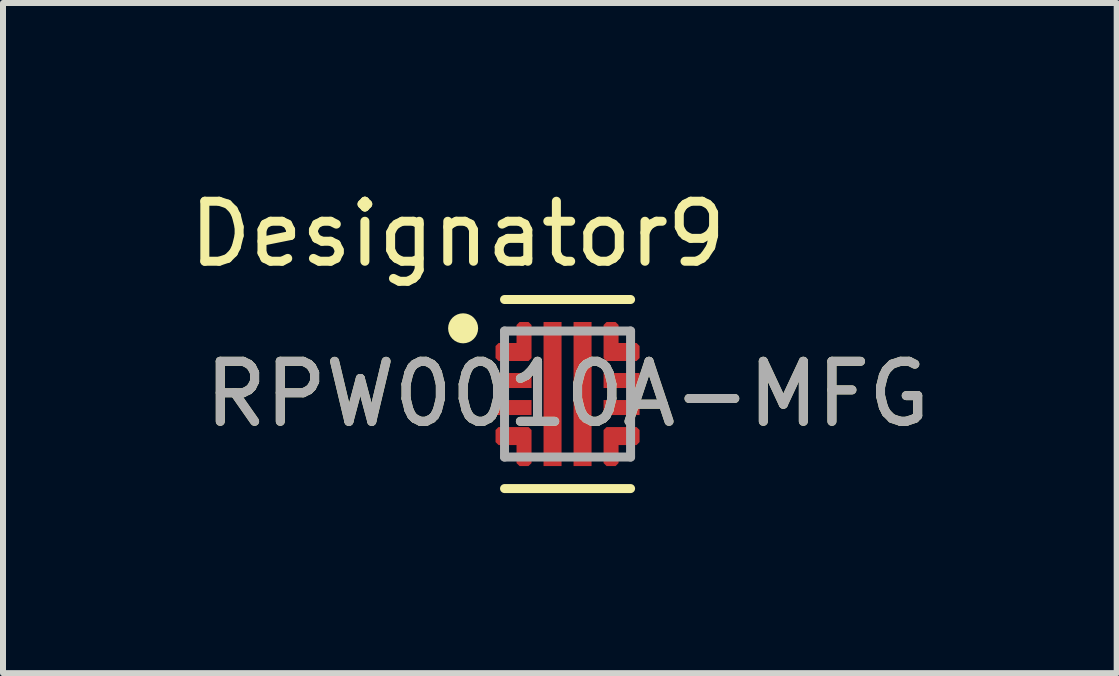
<source format=kicad_pcb>
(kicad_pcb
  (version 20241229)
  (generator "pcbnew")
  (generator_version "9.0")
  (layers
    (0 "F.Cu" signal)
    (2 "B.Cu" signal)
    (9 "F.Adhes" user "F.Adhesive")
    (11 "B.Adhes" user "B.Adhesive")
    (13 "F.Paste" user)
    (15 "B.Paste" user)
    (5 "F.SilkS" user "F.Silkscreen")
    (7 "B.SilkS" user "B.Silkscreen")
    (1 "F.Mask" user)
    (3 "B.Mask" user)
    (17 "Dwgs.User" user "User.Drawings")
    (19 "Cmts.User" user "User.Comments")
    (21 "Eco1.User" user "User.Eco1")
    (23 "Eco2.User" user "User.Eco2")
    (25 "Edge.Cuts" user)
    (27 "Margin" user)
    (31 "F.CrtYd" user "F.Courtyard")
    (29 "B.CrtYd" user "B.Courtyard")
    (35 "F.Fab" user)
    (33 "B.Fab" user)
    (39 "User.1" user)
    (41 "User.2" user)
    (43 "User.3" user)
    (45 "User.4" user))
  (footprint "RPW0010A-MFG"
    (layer "F.Cu")
    (at 6.406 3.515)
    (property "Reference" "RPW0010A-MFG" (at 0 0 0) (unlocked yes) (layer "F.SilkS") (effects (font (size 1 1) (thickness 0.15))))
    (attr smd)
    (fp_poly (pts (xy -0.85 -0.85) (xy -0.85 -1.15) (xy -0.8 -1.2) (xy -0.65 -1.2) (xy -0.6 -1.15) (xy -0.6 -0.6) (xy -0.65 -0.55) (xy -1.15 -0.55) (xy -1.2 -0.6) (xy -1.2 -0.8) (xy -1.15 -0.85)) (stroke (width 0) (type solid)) (fill yes) (layer "F.Cu"))
    (fp_poly (pts (xy -0.85 0.85) (xy -0.85 1.15) (xy -0.8 1.2) (xy -0.65 1.2) (xy -0.6 1.15) (xy -0.6 0.6) (xy -0.65 0.55) (xy -1.15 0.55) (xy -1.2 0.6) (xy -1.2 0.8) (xy -1.15 0.85)) (stroke (width 0) (type solid)) (fill yes) (layer "F.Cu"))
    (fp_poly (pts (xy 0.85 -0.85) (xy 0.85 -1.15) (xy 0.8 -1.2) (xy 0.65 -1.2) (xy 0.6 -1.15) (xy 0.6 -0.6) (xy 0.65 -0.55) (xy 1.15 -0.55) (xy 1.2 -0.6) (xy 1.2 -0.8) (xy 1.15 -0.85)) (stroke (width 0) (type solid)) (fill yes) (layer "F.Cu"))
    (fp_poly (pts (xy 0.85 0.85) (xy 0.85 1.15) (xy 0.8 1.2) (xy 0.65 1.2) (xy 0.6 1.15) (xy 0.6 0.6) (xy 0.65 0.55) (xy 1.15 0.55) (xy 1.2 0.6) (xy 1.2 0.8) (xy 1.15 0.85)) (stroke (width 0) (type solid)) (fill yes) (layer "F.Cu"))
    (fp_poly (pts (xy -0.85 -0.85) (xy -0.85 -1.15) (xy -0.8 -1.2) (xy -0.65 -1.2) (xy -0.6 -1.15) (xy -0.6 -0.6) (xy -0.65 -0.55) (xy -1.15 -0.55) (xy -1.2 -0.6) (xy -1.2 -0.8) (xy -1.15 -0.85)) (stroke (width 0) (type solid)) (fill yes) (layer "F.Mask"))
    (fp_poly (pts (xy -0.85 0.85) (xy -1.15 0.85) (xy -1.2 0.8) (xy -1.2 0.6) (xy -1.15 0.55) (xy -0.65 0.55) (xy -0.6 0.6) (xy -0.6 1.15) (xy -0.65 1.2) (xy -0.8 1.2) (xy -0.85 1.15)) (stroke (width 0) (type solid)) (fill yes) (layer "F.Mask"))
    (fp_poly (pts (xy 0.85 -0.85) (xy 1.15 -0.85) (xy 1.2 -0.8) (xy 1.2 -0.6) (xy 1.15 -0.55) (xy 0.65 -0.55) (xy 0.6 -0.6) (xy 0.6 -1.15) (xy 0.65 -1.2) (xy 0.8 -1.2) (xy 0.85 -1.15)) (stroke (width 0) (type solid)) (fill yes) (layer "F.Mask"))
    (fp_poly (pts (xy 0.85 0.85) (xy 0.85 1.15) (xy 0.8 1.2) (xy 0.65 1.2) (xy 0.6 1.15) (xy 0.6 0.6) (xy 0.65 0.55) (xy 1.15 0.55) (xy 1.2 0.6) (xy 1.2 0.8) (xy 1.15 0.85)) (stroke (width 0) (type solid)) (fill yes) (layer "F.Mask"))
    (fp_line (start -1.05 -1.575) (end 1.05 -1.575) (stroke (width 0.15) (type solid)) (layer "F.SilkS"))
    (fp_line (start -1.05 1.575) (end 1.05 1.575) (stroke (width 0.15) (type solid)) (layer "F.SilkS"))
    (fp_circle (center -1.74 -1.095) (end -1.615 -1.095) (stroke (width 0.25) (type solid)) (fill no) (layer "F.SilkS"))
    (fp_poly (pts (xy -0.34 1.16) (xy -0.39 1.11) (xy -0.39 0.15) (xy -0.34 0.1) (xy -0.16 0.1) (xy -0.11 0.15) (xy -0.11 1.11) (xy -0.16 1.16)) (stroke (width 0) (type solid)) (fill yes) (layer "F.Paste"))
    (fp_poly (pts (xy -0.11 -1.11) (xy -0.11 -0.15) (xy -0.16 -0.1) (xy -0.34 -0.1) (xy -0.39 -0.15) (xy -0.39 -1.11) (xy -0.34 -1.16) (xy -0.16 -1.16)) (stroke (width 0) (type solid)) (fill yes) (layer "F.Paste"))
    (fp_poly (pts (xy 0.39 -0.15) (xy 0.34 -0.1) (xy 0.16 -0.1) (xy 0.11 -0.15) (xy 0.11 -1.11) (xy 0.16 -1.16) (xy 0.34 -1.16) (xy 0.39 -1.11)) (stroke (width 0) (type solid)) (fill yes) (layer "F.Paste"))
    (fp_poly (pts (xy 0.39 1.11) (xy 0.34 1.16) (xy 0.16 1.16) (xy 0.11 1.11) (xy 0.11 0.15) (xy 0.16 0.1) (xy 0.34 0.1) (xy 0.39 0.15)) (stroke (width 0) (type solid)) (fill yes) (layer "F.Paste"))
    (fp_poly (pts (xy -0.825 -0.825) (xy -0.825 -1.15) (xy -0.775 -1.2) (xy -0.65 -1.2) (xy -0.6 -1.15) (xy -0.6 -0.6) (xy -0.65 -0.55) (xy -1.15 -0.55) (xy -1.2 -0.6) (xy -1.2 -0.775) (xy -1.15 -0.825)) (stroke (width 0) (type solid)) (fill yes) (layer "F.Paste"))
    (fp_poly (pts (xy -0.825 0.825) (xy -0.825 1.15) (xy -0.775 1.2) (xy -0.65 1.2) (xy -0.6 1.15) (xy -0.6 0.6) (xy -0.65 0.55) (xy -1.15 0.55) (xy -1.2 0.6) (xy -1.2 0.775) (xy -1.15 0.825)) (stroke (width 0) (type solid)) (fill yes) (layer "F.Paste"))
    (fp_poly (pts (xy 0.825 -0.825) (xy 0.825 -1.15) (xy 0.775 -1.2) (xy 0.65 -1.2) (xy 0.6 -1.15) (xy 0.6 -0.6) (xy 0.65 -0.55) (xy 1.15 -0.55) (xy 1.2 -0.6) (xy 1.2 -0.775) (xy 1.15 -0.825)) (stroke (width 0) (type solid)) (fill yes) (layer "F.Paste"))
    (fp_poly (pts (xy 0.825 0.825) (xy 0.825 1.15) (xy 0.775 1.2) (xy 0.65 1.2) (xy 0.6 1.15) (xy 0.6 0.6) (xy 0.65 0.55) (xy 1.15 0.55) (xy 1.2 0.6) (xy 1.2 0.775) (xy 1.15 0.825)) (stroke (width 0) (type solid)) (fill yes) (layer "F.Paste"))
    (fp_line (start -1.05 -1.05) (end 1.05 -1.05) (stroke (width 0.15) (type solid)) (layer "F.Fab"))
    (fp_line (start -1.05 1.05) (end -1.05 -1.05) (stroke (width 0.15) (type solid)) (layer "F.Fab"))
    (fp_line (start -1.05 1.05) (end 1.05 1.05) (stroke (width 0.15) (type solid)) (layer "F.Fab"))
    (fp_line (start 1.05 1.05) (end 1.05 -1.05) (stroke (width 0.15) (type solid)) (layer "F.Fab"))
    (fp_text user "Designator9" (at -1.829 -2.667 0) (unlocked yes) (layer "F.SilkS") (effects (font (size 1 1) (thickness 0.15))))
    (fp_text user "${REFERENCE}" (at 0 0 0) (unlocked yes) (layer "F.Fab") (effects (font (size 1 1) (thickness 0.15))))
    (pad "1" smd circle (at -0.75 -0.7) (size 0.27 0.27) (layers "F.Cu" "F.Mask"))
    (pad "2" smd rect (at -0.9 -0.225) (size 0.6 0.25) (layers "F.Cu" "F.Mask" "F.Paste"))
    (pad "3" smd rect (at -0.9 0.225) (size 0.6 0.25) (layers "F.Cu" "F.Mask" "F.Paste"))
    (pad "4" smd circle (at -0.75 0.75) (size 0.255 0.255) (layers "F.Cu" "F.Mask"))
    (pad "5" smd rect (at -0.25 0) (size 0.3 2.4) (layers "F.Cu" "F.Mask"))
    (pad "6" smd rect (at 0.25 0) (size 0.3 2.4) (layers "F.Cu" "F.Mask"))
    (pad "7" smd circle (at 0.75 0.75) (size 0.255 0.255) (layers "F.Cu" "F.Mask"))
    (pad "8" smd rect (at 0.9 0.225) (size 0.6 0.25) (layers "F.Cu" "F.Mask" "F.Paste"))
    (pad "9" smd rect (at 0.9 -0.225) (size 0.6 0.25) (layers "F.Cu" "F.Mask" "F.Paste"))
    (pad "10" smd circle (at 0.75 -0.7) (size 0.27 0.27) (layers "F.Cu" "F.Mask")))
  (gr_rect
    (start -3 -3)
    (end 15.555 8.165)
    (stroke (width 0.1) (type default))
    (fill no)
    (layer "Edge.Cuts")))
</source>
